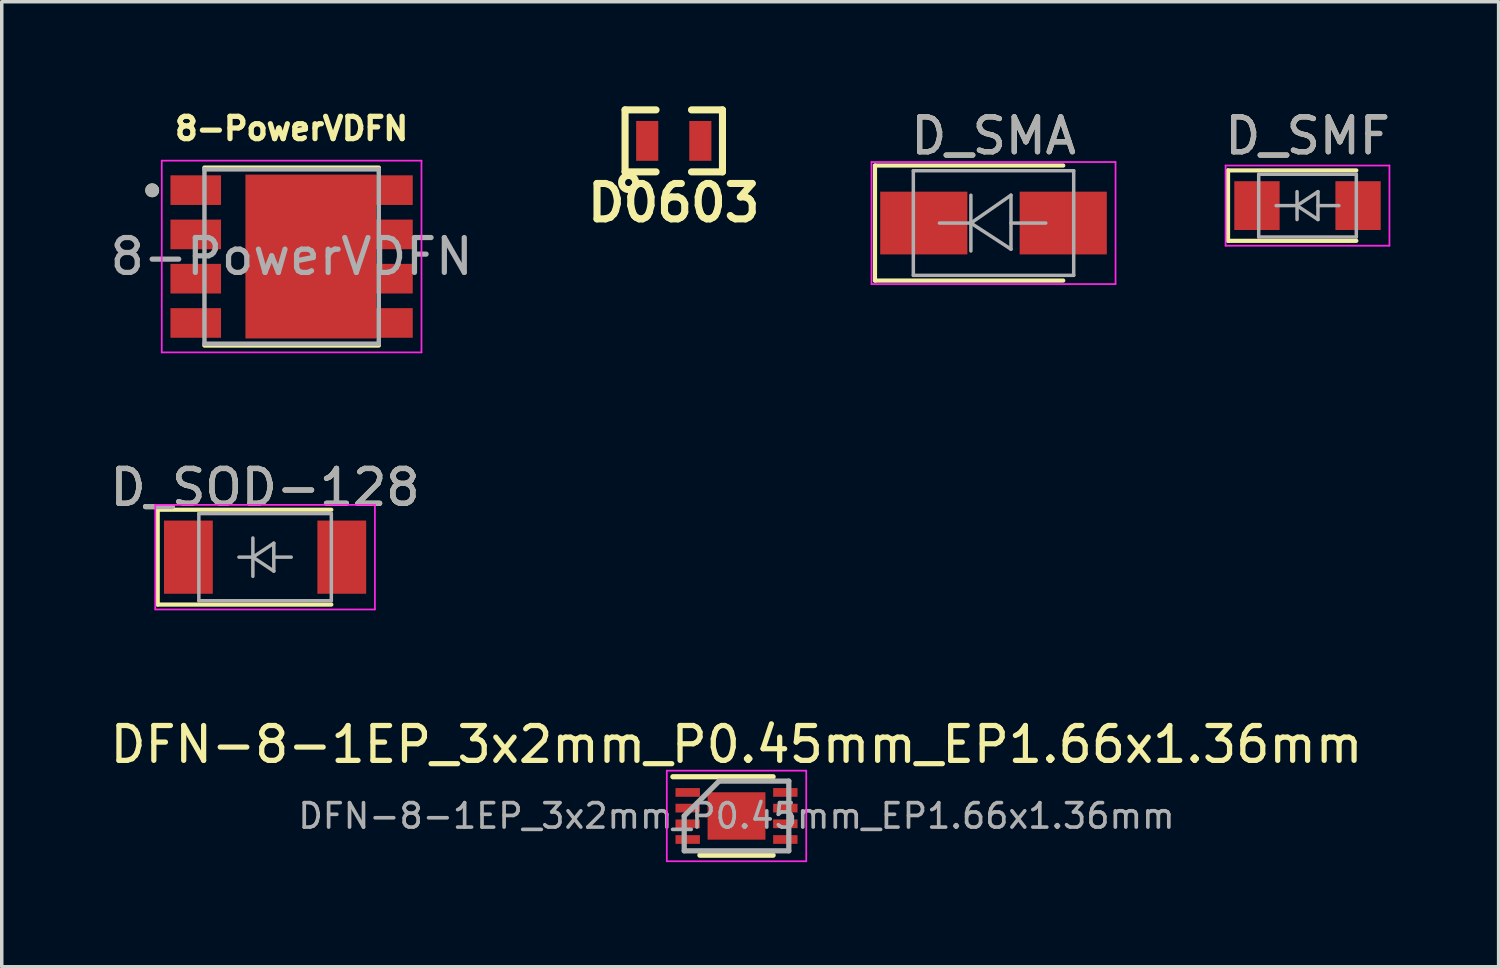
<source format=kicad_pcb>
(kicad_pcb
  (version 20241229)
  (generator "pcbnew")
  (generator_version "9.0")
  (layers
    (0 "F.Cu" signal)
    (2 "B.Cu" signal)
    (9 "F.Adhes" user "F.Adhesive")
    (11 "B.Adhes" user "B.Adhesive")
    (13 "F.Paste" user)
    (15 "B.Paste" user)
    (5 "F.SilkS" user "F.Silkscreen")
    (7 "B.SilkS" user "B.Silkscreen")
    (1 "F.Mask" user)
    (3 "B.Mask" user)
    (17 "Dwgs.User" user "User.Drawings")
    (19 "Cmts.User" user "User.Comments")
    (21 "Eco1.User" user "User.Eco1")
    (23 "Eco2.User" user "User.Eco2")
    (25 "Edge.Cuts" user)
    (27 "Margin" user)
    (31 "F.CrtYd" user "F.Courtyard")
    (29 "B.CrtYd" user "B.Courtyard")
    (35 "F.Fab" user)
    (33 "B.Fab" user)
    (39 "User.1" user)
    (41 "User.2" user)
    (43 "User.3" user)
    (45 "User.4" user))
  (footprint "D_SMF"
    (layer "F.Cu")
    (at 34.456 2.848)
    (property "Reference" "D_SMF" (at 0 -2 0) (layer "F.SilkS") (effects (font (size 1 1) (thickness 0.15))))
    (attr smd)
    (fp_line (start -2.28 -1.01) (end -2.28 1.01) (stroke (width 0.12) (type solid)) (layer "F.SilkS"))
    (fp_line (start -2.28 -1.01) (end 1.4 -1.01) (stroke (width 0.12) (type solid)) (layer "F.SilkS"))
    (fp_line (start -2.28 1.01) (end 1.4 1.01) (stroke (width 0.12) (type solid)) (layer "F.SilkS"))
    (fp_line (start -2.35 -1.15) (end 2.35 -1.15) (stroke (width 0.05) (type solid)) (layer "F.CrtYd"))
    (fp_line (start -2.35 1.15) (end -2.35 -1.15) (stroke (width 0.05) (type solid)) (layer "F.CrtYd"))
    (fp_line (start 2.35 -1.15) (end 2.35 1.15) (stroke (width 0.05) (type solid)) (layer "F.CrtYd"))
    (fp_line (start 2.35 1.15) (end -2.35 1.15) (stroke (width 0.05) (type solid)) (layer "F.CrtYd"))
    (fp_line (start -1.4 0.9) (end -1.4 -0.9) (stroke (width 0.1) (type solid)) (layer "F.Fab"))
    (fp_line (start -0.3 -0.4) (end -0.3 0.4) (stroke (width 0.1) (type solid)) (layer "F.Fab"))
    (fp_line (start -0.3 0) (end -0.9 0) (stroke (width 0.1) (type solid)) (layer "F.Fab"))
    (fp_line (start -0.3 0) (end 0.3 -0.4) (stroke (width 0.1) (type solid)) (layer "F.Fab"))
    (fp_line (start -0.3 0.001) (end 0.3 0.4) (stroke (width 0.1) (type solid)) (layer "F.Fab"))
    (fp_line (start 0.3 0) (end 0.9 0) (stroke (width 0.1) (type solid)) (layer "F.Fab"))
    (fp_line (start 0.3 0.4) (end 0.3 -0.4) (stroke (width 0.1) (type solid)) (layer "F.Fab"))
    (fp_line (start 1.4 -0.9) (end -1.4 -0.9) (stroke (width 0.1) (type solid)) (layer "F.Fab"))
    (fp_line (start 1.4 -0.9) (end 1.4 0.9) (stroke (width 0.1) (type solid)) (layer "F.Fab"))
    (fp_line (start 1.4 0.9) (end -1.4 0.9) (stroke (width 0.1) (type solid)) (layer "F.Fab"))
    (fp_text user "${REFERENCE}" (at 0 -2 0) (layer "F.Fab") (effects (font (size 1 1) (thickness 0.15))))
    (pad "A" smd rect (at 1.45 0) (size 1.3 1.4) (layers "F.Cu" "F.Mask" "F.Paste"))
    (pad "K" smd rect (at -1.45 0) (size 1.3 1.4) (layers "F.Cu" "F.Mask" "F.Paste")))
  (footprint "D_SOD-128"
    (layer "F.Cu")
    (at 4.554 12.932)
    (property "Reference" "D_SOD-128" (at 0 -2 0) (layer "F.SilkS") (effects (font (size 1 1) (thickness 0.15))))
    (attr smd)
    (fp_line (start -3.08 -1.36) (end -3.08 1.36) (stroke (width 0.12) (type solid)) (layer "F.SilkS"))
    (fp_line (start -3.08 -1.36) (end 1.9 -1.36) (stroke (width 0.12) (type solid)) (layer "F.SilkS"))
    (fp_line (start -3.08 1.36) (end 1.9 1.36) (stroke (width 0.12) (type solid)) (layer "F.SilkS"))
    (fp_line (start -3.15 -1.5) (end -3.15 1.5) (stroke (width 0.05) (type solid)) (layer "F.CrtYd"))
    (fp_line (start -3.15 -1.5) (end 3.15 -1.5) (stroke (width 0.05) (type solid)) (layer "F.CrtYd"))
    (fp_line (start 3.15 -1.5) (end 3.15 1.5) (stroke (width 0.05) (type solid)) (layer "F.CrtYd"))
    (fp_line (start 3.15 1.5) (end -3.15 1.5) (stroke (width 0.05) (type solid)) (layer "F.CrtYd"))
    (fp_line (start -1.9 -1.25) (end 1.9 -1.25) (stroke (width 0.1) (type solid)) (layer "F.Fab"))
    (fp_line (start -1.9 1.25) (end -1.9 -1.25) (stroke (width 0.1) (type solid)) (layer "F.Fab"))
    (fp_line (start -0.75 0) (end -0.35 0) (stroke (width 0.1) (type solid)) (layer "F.Fab"))
    (fp_line (start -0.35 0) (end -0.35 -0.55) (stroke (width 0.1) (type solid)) (layer "F.Fab"))
    (fp_line (start -0.35 0) (end -0.35 0.55) (stroke (width 0.1) (type solid)) (layer "F.Fab"))
    (fp_line (start -0.35 0) (end 0.25 -0.4) (stroke (width 0.1) (type solid)) (layer "F.Fab"))
    (fp_line (start 0.25 -0.4) (end 0.25 0.4) (stroke (width 0.1) (type solid)) (layer "F.Fab"))
    (fp_line (start 0.25 0) (end 0.75 0) (stroke (width 0.1) (type solid)) (layer "F.Fab"))
    (fp_line (start 0.25 0.4) (end -0.35 0) (stroke (width 0.1) (type solid)) (layer "F.Fab"))
    (fp_line (start 1.9 -1.25) (end 1.9 1.25) (stroke (width 0.1) (type solid)) (layer "F.Fab"))
    (fp_line (start 1.9 1.25) (end -1.9 1.25) (stroke (width 0.1) (type solid)) (layer "F.Fab"))
    (fp_text user "${REFERENCE}" (at 0 -2 0) (layer "F.Fab") (effects (font (size 1 1) (thickness 0.15))))
    (pad "A" smd rect (at 2.2 0) (size 1.4 2.1) (layers "F.Cu" "F.Mask" "F.Paste"))
    (pad "K" smd rect (at -2.2 0) (size 1.4 2.1) (layers "F.Cu" "F.Mask" "F.Paste")))
  (footprint "DFN-8-1EP_3x2mm_P0.45mm_EP1.66x1.36mm"
    (layer "F.Cu")
    (at 18.077 20.356)
    (property "Reference" "DFN-8-1EP_3x2mm_P0.45mm_EP1.66x1.36mm" (at 0 -2.05 0) (layer "F.SilkS") (effects (font (size 1 1) (thickness 0.15))))
    (attr smd)
    (fp_line (start -1.825 -1.125) (end 1.05 -1.125) (stroke (width 0.15) (type solid)) (layer "F.SilkS"))
    (fp_line (start -1.05 1.125) (end 1.05 1.125) (stroke (width 0.15) (type solid)) (layer "F.SilkS"))
    (fp_line (start -2 -1.3) (end -2 1.3) (stroke (width 0.05) (type solid)) (layer "F.CrtYd"))
    (fp_line (start -2 -1.3) (end 2 -1.3) (stroke (width 0.05) (type solid)) (layer "F.CrtYd"))
    (fp_line (start -2 1.3) (end 2 1.3) (stroke (width 0.05) (type solid)) (layer "F.CrtYd"))
    (fp_line (start 2 -1.3) (end 2 1.3) (stroke (width 0.05) (type solid)) (layer "F.CrtYd"))
    (fp_line (start -1.5 0) (end -0.5 -1) (stroke (width 0.15) (type solid)) (layer "F.Fab"))
    (fp_line (start -1.5 1) (end -1.5 0) (stroke (width 0.15) (type solid)) (layer "F.Fab"))
    (fp_line (start -0.5 -1) (end 1.5 -1) (stroke (width 0.15) (type solid)) (layer "F.Fab"))
    (fp_line (start 1.5 -1) (end 1.5 1) (stroke (width 0.15) (type solid)) (layer "F.Fab"))
    (fp_line (start 1.5 1) (end -1.5 1) (stroke (width 0.15) (type solid)) (layer "F.Fab"))
    (fp_text user "${REFERENCE}" (at 0 0 0) (layer "F.Fab") (effects (font (size 0.7 0.7) (thickness 0.105))))
    (pad "" smd rect (at -0.415 -0.34) (size 0.66 0.55) (layers "F.Paste"))
    (pad "" smd rect (at -0.415 0.34) (size 0.66 0.55) (layers "F.Paste"))
    (pad "" smd rect (at 0.415 -0.34) (size 0.66 0.55) (layers "F.Paste"))
    (pad "" smd rect (at 0.415 0.34) (size 0.66 0.55) (layers "F.Paste"))
    (pad "1" smd rect (at -1.4 -0.675) (size 0.7 0.25) (layers "F.Cu" "F.Mask" "F.Paste"))
    (pad "2" smd rect (at -1.4 -0.225) (size 0.7 0.25) (layers "F.Cu" "F.Mask" "F.Paste"))
    (pad "3" smd rect (at -1.4 0.225) (size 0.7 0.25) (layers "F.Cu" "F.Mask" "F.Paste"))
    (pad "4" smd rect (at -1.4 0.675) (size 0.7 0.25) (layers "F.Cu" "F.Mask" "F.Paste"))
    (pad "5" smd rect (at 1.4 0.675) (size 0.7 0.25) (layers "F.Cu" "F.Mask" "F.Paste"))
    (pad "6" smd rect (at 1.4 0.225) (size 0.7 0.25) (layers "F.Cu" "F.Mask" "F.Paste"))
    (pad "7" smd rect (at 1.4 -0.225) (size 0.7 0.25) (layers "F.Cu" "F.Mask" "F.Paste"))
    (pad "8" smd rect (at 1.4 -0.675) (size 0.7 0.25) (layers "F.Cu" "F.Mask" "F.Paste"))
    (pad "9" smd rect (at 0 0) (size 1.66 1.36) (layers "F.Cu" "F.Mask")))
  (footprint "D_SMA"
    (layer "F.Cu")
    (at 25.449 3.348)
    (property "Reference" "D_SMA" (at 0 -2.5 0) (layer "F.SilkS") (effects (font (size 1 1) (thickness 0.15))))
    (attr smd)
    (fp_line (start -3.4 -1.65) (end -3.4 1.65) (stroke (width 0.12) (type solid)) (layer "F.SilkS"))
    (fp_line (start -3.4 -1.65) (end 2 -1.65) (stroke (width 0.12) (type solid)) (layer "F.SilkS"))
    (fp_line (start -3.4 1.65) (end 2 1.65) (stroke (width 0.12) (type solid)) (layer "F.SilkS"))
    (fp_line (start -3.5 -1.75) (end 3.5 -1.75) (stroke (width 0.05) (type solid)) (layer "F.CrtYd"))
    (fp_line (start -3.5 1.75) (end -3.5 -1.75) (stroke (width 0.05) (type solid)) (layer "F.CrtYd"))
    (fp_line (start 3.5 -1.75) (end 3.5 1.75) (stroke (width 0.05) (type solid)) (layer "F.CrtYd"))
    (fp_line (start 3.5 1.75) (end -3.5 1.75) (stroke (width 0.05) (type solid)) (layer "F.CrtYd"))
    (fp_line (start -2.3 1.5) (end -2.3 -1.5) (stroke (width 0.1) (type solid)) (layer "F.Fab"))
    (fp_line (start -0.649 -0.799) (end -0.649 0.801) (stroke (width 0.1) (type solid)) (layer "F.Fab"))
    (fp_line (start -0.649 0.001) (end -1.551 0.001) (stroke (width 0.1) (type solid)) (layer "F.Fab"))
    (fp_line (start -0.649 0.001) (end 0.501 -0.799) (stroke (width 0.1) (type solid)) (layer "F.Fab"))
    (fp_line (start -0.649 0.001) (end 0.501 0.75) (stroke (width 0.1) (type solid)) (layer "F.Fab"))
    (fp_line (start 0.501 0.001) (end 1.499 0.001) (stroke (width 0.1) (type solid)) (layer "F.Fab"))
    (fp_line (start 0.501 0.75) (end 0.501 -0.799) (stroke (width 0.1) (type solid)) (layer "F.Fab"))
    (fp_line (start 2.3 -1.5) (end -2.3 -1.5) (stroke (width 0.1) (type solid)) (layer "F.Fab"))
    (fp_line (start 2.3 -1.5) (end 2.3 1.5) (stroke (width 0.1) (type solid)) (layer "F.Fab"))
    (fp_line (start 2.3 1.5) (end -2.3 1.5) (stroke (width 0.1) (type solid)) (layer "F.Fab"))
    (fp_text user "${REFERENCE}" (at 0 -2.5 0) (layer "F.Fab") (effects (font (size 1 1) (thickness 0.15))))
    (pad "1" smd rect (at -2 0) (size 2.5 1.8) (layers "F.Cu" "F.Mask" "F.Paste"))
    (pad "2" smd rect (at 2 0) (size 2.5 1.8) (layers "F.Cu" "F.Mask" "F.Paste")))
  (footprint "D0603"
    (layer "F.Cu")
    (at 16.277 0.991)
    (property "Reference" "D0603" (at 0 1.778 0) (layer "F.SilkS") (effects (font (size 1.016 1.016) (thickness 0.203))))
    (attr smd)
    (fp_line (start -1.397 -0.889) (end -1.397 0.889) (stroke (width 0.203) (type solid)) (layer "F.SilkS"))
    (fp_line (start -1.397 0.889) (end -0.508 0.889) (stroke (width 0.203) (type solid)) (layer "F.SilkS"))
    (fp_line (start -0.508 -0.889) (end -1.397 -0.889) (stroke (width 0.203) (type solid)) (layer "F.SilkS"))
    (fp_line (start 0.508 0.889) (end 1.397 0.889) (stroke (width 0.203) (type solid)) (layer "F.SilkS"))
    (fp_line (start 1.397 -0.889) (end 0.508 -0.889) (stroke (width 0.203) (type solid)) (layer "F.SilkS"))
    (fp_line (start 1.397 0.889) (end 1.397 -0.889) (stroke (width 0.203) (type solid)) (layer "F.SilkS"))
    (fp_circle (center -1.295 1.194) (end -1.295 1.295) (stroke (width 0.203) (type solid)) (fill no) (layer "F.SilkS"))
    (pad "A" smd rect (at 0.762 0) (size 0.635 1.143) (layers "F.Cu" "F.Mask" "F.Paste"))
    (pad "K" smd rect (at -0.762 0) (size 0.635 1.143) (layers "F.Cu" "F.Mask" "F.Paste")))
  (footprint "8-PowerVDFN"
    (layer "F.Cu")
    (at 5.315 4.309)
    (property "Reference" "8-PowerVDFN" (at 0 -3.671 0) (layer "F.SilkS") (effects (font (size 0.64 0.64) (thickness 0.15))))
    (attr through_hole)
    (fp_line (start -2.5 -2.55) (end 2.5 -2.55) (stroke (width 0.127) (type solid)) (layer "F.SilkS"))
    (fp_line (start -2.5 2.55) (end 2.5 2.55) (stroke (width 0.127) (type solid)) (layer "F.SilkS"))
    (fp_circle (center -4 -1.9) (end -3.9 -1.9) (stroke (width 0.2) (type solid)) (fill no) (layer "F.SilkS"))
    (fp_poly (pts (xy -0.94 -1.186) (xy 2.04 -1.186) (xy 2.04 1.186) (xy -0.94 1.186)) (stroke (width 0.01) (type solid)) (fill yes) (layer "F.Paste"))
    (fp_line (start -3.725 -2.75) (end 3.725 -2.75) (stroke (width 0.05) (type solid)) (layer "F.CrtYd"))
    (fp_line (start -3.725 2.75) (end -3.725 -2.75) (stroke (width 0.05) (type solid)) (layer "F.CrtYd"))
    (fp_line (start 3.725 -2.75) (end 3.725 2.75) (stroke (width 0.05) (type solid)) (layer "F.CrtYd"))
    (fp_line (start 3.725 2.75) (end -3.725 2.75) (stroke (width 0.05) (type solid)) (layer "F.CrtYd"))
    (fp_line (start -2.5 -2.5) (end 2.5 -2.5) (stroke (width 0.127) (type solid)) (layer "F.Fab"))
    (fp_line (start -2.5 2.5) (end -2.5 -2.5) (stroke (width 0.127) (type solid)) (layer "F.Fab"))
    (fp_line (start 2.5 -2.5) (end 2.5 2.5) (stroke (width 0.127) (type solid)) (layer "F.Fab"))
    (fp_line (start 2.5 2.5) (end -2.5 2.5) (stroke (width 0.127) (type solid)) (layer "F.Fab"))
    (fp_circle (center -4 -1.9) (end -3.9 -1.9) (stroke (width 0.2) (type solid)) (fill no) (layer "F.Fab"))
    (fp_text user "${REFERENCE}" (at 0 0 0) (layer "F.Fab") (effects (font (size 1 1) (thickness 0.15))))
    (pad "D" smd rect (at 0.55 0) (size 3.75 4.7) (layers "F.Cu" "F.Mask"))
    (pad "D" smd rect (at 2.95 -1.905) (size 1.05 0.85) (layers "F.Cu" "F.Mask" "F.Paste"))
    (pad "D" smd rect (at 2.95 -0.635) (size 1.05 0.85) (layers "F.Cu" "F.Mask" "F.Paste"))
    (pad "D" smd rect (at 2.95 0.635) (size 1.05 0.85) (layers "F.Cu" "F.Mask" "F.Paste"))
    (pad "D" smd rect (at 2.95 1.905) (size 1.05 0.85) (layers "F.Cu" "F.Mask" "F.Paste"))
    (pad "G" smd rect (at -2.75 1.905) (size 1.45 0.85) (layers "F.Cu" "F.Mask" "F.Paste"))
    (pad "S" smd rect (at -2.75 -1.905) (size 1.45 0.85) (layers "F.Cu" "F.Mask" "F.Paste"))
    (pad "S" smd rect (at -2.75 -0.635) (size 1.45 0.85) (layers "F.Cu" "F.Mask" "F.Paste"))
    (pad "S" smd rect (at -2.75 0.635) (size 1.45 0.85) (layers "F.Cu" "F.Mask" "F.Paste")))
  (gr_rect
    (start -3 -3)
    (end 39.938 24.681)
    (stroke (width 0.1) (type default))
    (fill no)
    (layer "Edge.Cuts")))
</source>
